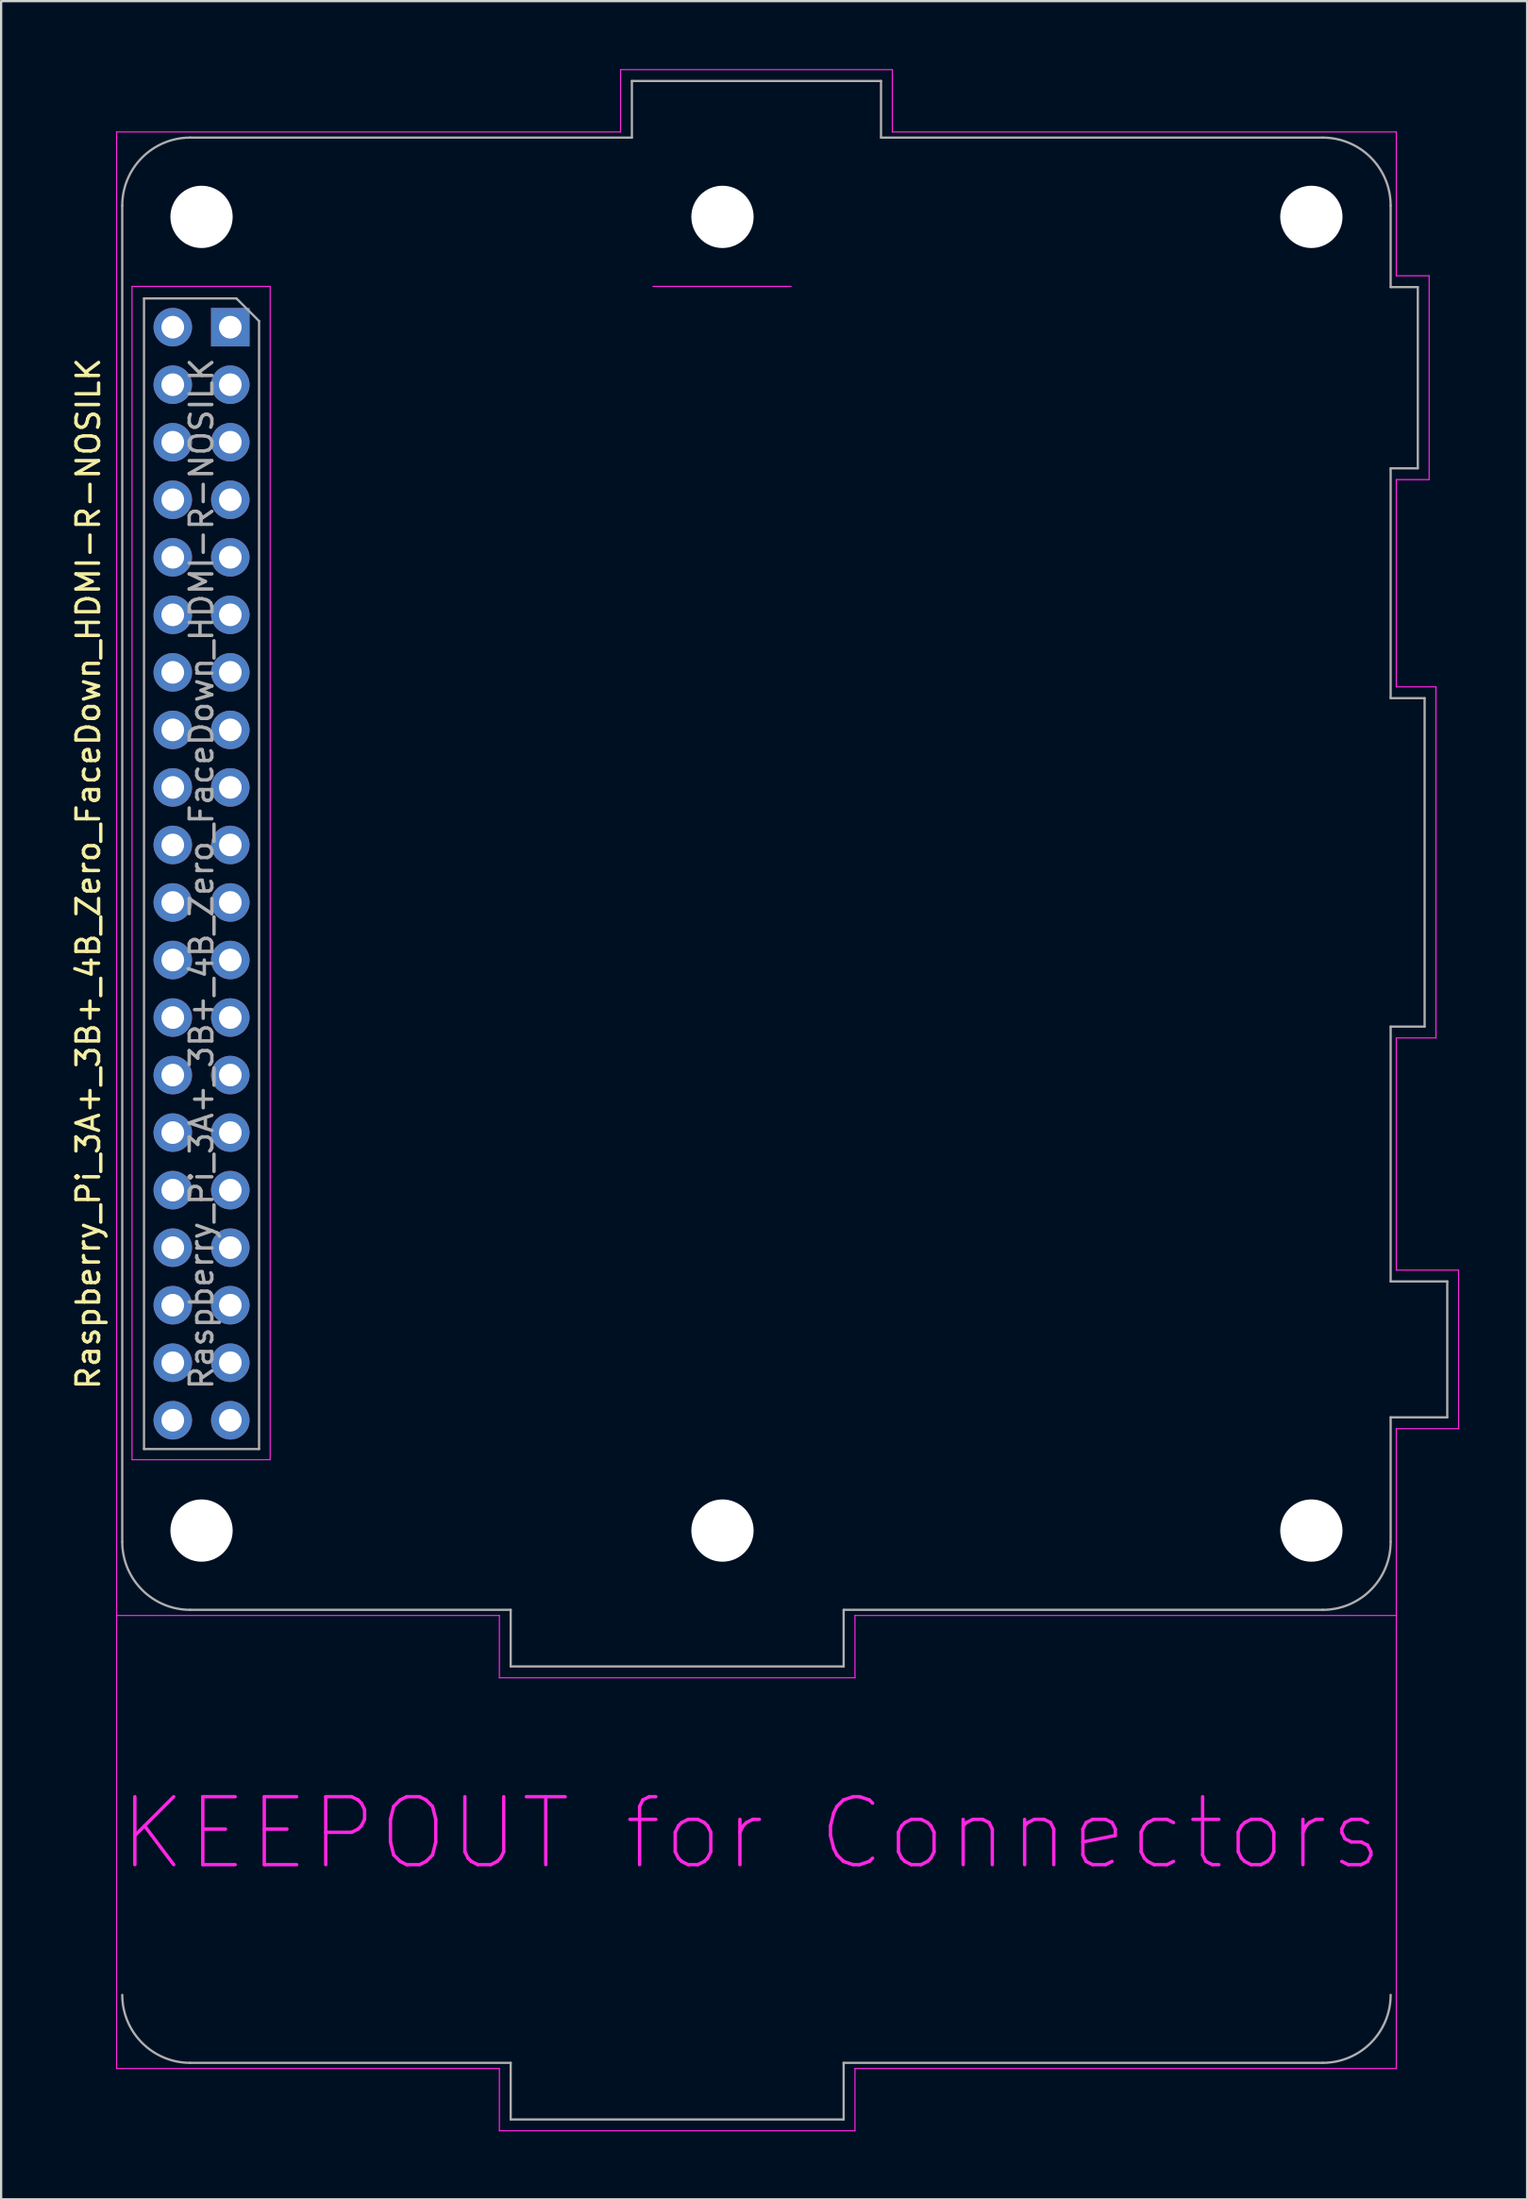
<source format=kicad_pcb>
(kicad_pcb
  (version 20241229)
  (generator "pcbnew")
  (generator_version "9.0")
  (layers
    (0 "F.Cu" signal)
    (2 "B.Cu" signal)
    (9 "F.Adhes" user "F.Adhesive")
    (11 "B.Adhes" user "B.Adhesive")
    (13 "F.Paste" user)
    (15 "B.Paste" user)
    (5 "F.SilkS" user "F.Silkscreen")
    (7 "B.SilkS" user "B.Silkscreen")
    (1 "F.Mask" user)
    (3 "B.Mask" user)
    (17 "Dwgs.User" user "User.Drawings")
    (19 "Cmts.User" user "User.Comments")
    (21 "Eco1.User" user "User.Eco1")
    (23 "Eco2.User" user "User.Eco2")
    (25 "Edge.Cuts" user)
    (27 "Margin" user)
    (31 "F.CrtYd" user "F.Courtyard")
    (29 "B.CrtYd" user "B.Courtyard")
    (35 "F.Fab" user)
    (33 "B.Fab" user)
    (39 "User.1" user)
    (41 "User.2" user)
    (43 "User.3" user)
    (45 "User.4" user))
  (footprint "Raspberry_Pi_3A+_3B+_4B_Zero_FaceDown_HDMI-R-NOSILK"
    (layer "F.Cu")
    (at 7.118 11.395)
    (property "Reference" "Raspberry_Pi_3A+_3B+_4B_Zero_FaceDown_HDMI-R-NOSILK" (at -6.27 24.13 90) (layer "F.SilkS") (effects (font (size 1 1) (thickness 0.15))))
    (attr through_hole)
    (fp_line (start -5.02 -8.62) (end 17.23 -8.62) (stroke (width 0.05) (type solid)) (layer "F.CrtYd"))
    (fp_line (start -5.02 76.88) (end -5.02 -8.62) (stroke (width 0.05) (type solid)) (layer "F.CrtYd"))
    (fp_line (start -4.34 -1.8) (end 1.76 -1.8) (stroke (width 0.05) (type solid)) (layer "F.CrtYd"))
    (fp_line (start -4.34 50) (end -4.34 -1.8) (stroke (width 0.05) (type solid)) (layer "F.CrtYd"))
    (fp_line (start 1.76 -1.8) (end 1.76 50) (stroke (width 0.05) (type solid)) (layer "F.CrtYd"))
    (fp_line (start 1.76 50) (end -4.34 50) (stroke (width 0.05) (type solid)) (layer "F.CrtYd"))
    (fp_line (start 11.88 56.88) (end -5.02 56.88) (stroke (width 0.05) (type solid)) (layer "F.CrtYd"))
    (fp_line (start 11.88 59.63) (end 11.88 56.88) (stroke (width 0.05) (type solid)) (layer "F.CrtYd"))
    (fp_line (start 11.88 76.88) (end -5.02 76.88) (stroke (width 0.05) (type solid)) (layer "F.CrtYd"))
    (fp_line (start 11.88 79.63) (end 11.88 76.88) (stroke (width 0.05) (type solid)) (layer "F.CrtYd"))
    (fp_line (start 17.23 -11.37) (end 29.23 -11.37) (stroke (width 0.05) (type solid)) (layer "F.CrtYd"))
    (fp_line (start 17.23 -8.62) (end 17.23 -11.37) (stroke (width 0.05) (type solid)) (layer "F.CrtYd"))
    (fp_line (start 18.66 -1.8) (end 24.76 -1.8) (stroke (width 0.05) (type solid)) (layer "F.CrtYd"))
    (fp_line (start 27.58 56.88) (end 27.58 59.63) (stroke (width 0.05) (type solid)) (layer "F.CrtYd"))
    (fp_line (start 27.58 59.63) (end 11.88 59.63) (stroke (width 0.05) (type solid)) (layer "F.CrtYd"))
    (fp_line (start 27.58 76.88) (end 27.58 79.63) (stroke (width 0.05) (type solid)) (layer "F.CrtYd"))
    (fp_line (start 27.58 79.63) (end 11.88 79.63) (stroke (width 0.05) (type solid)) (layer "F.CrtYd"))
    (fp_line (start 29.23 -11.37) (end 29.23 -8.62) (stroke (width 0.05) (type solid)) (layer "F.CrtYd"))
    (fp_line (start 29.23 -8.62) (end 51.48 -8.62) (stroke (width 0.05) (type solid)) (layer "F.CrtYd"))
    (fp_line (start 51.48 -8.62) (end 51.48 -2.27) (stroke (width 0.05) (type solid)) (layer "F.CrtYd"))
    (fp_line (start 51.48 -2.27) (end 52.93 -2.27) (stroke (width 0.05) (type solid)) (layer "F.CrtYd"))
    (fp_line (start 51.48 6.73) (end 51.48 15.88) (stroke (width 0.05) (type solid)) (layer "F.CrtYd"))
    (fp_line (start 51.48 15.88) (end 53.23 15.88) (stroke (width 0.05) (type solid)) (layer "F.CrtYd"))
    (fp_line (start 51.48 31.38) (end 51.48 41.63) (stroke (width 0.05) (type solid)) (layer "F.CrtYd"))
    (fp_line (start 51.48 41.63) (end 54.23 41.63) (stroke (width 0.05) (type solid)) (layer "F.CrtYd"))
    (fp_line (start 51.48 48.63) (end 51.48 76.88) (stroke (width 0.05) (type solid)) (layer "F.CrtYd"))
    (fp_line (start 51.48 56.88) (end 27.58 56.88) (stroke (width 0.05) (type solid)) (layer "F.CrtYd"))
    (fp_line (start 51.48 76.88) (end 27.58 76.88) (stroke (width 0.05) (type solid)) (layer "F.CrtYd"))
    (fp_line (start 52.93 -2.27) (end 52.93 6.73) (stroke (width 0.05) (type solid)) (layer "F.CrtYd"))
    (fp_line (start 52.93 6.73) (end 51.48 6.73) (stroke (width 0.05) (type solid)) (layer "F.CrtYd"))
    (fp_line (start 53.23 15.88) (end 53.23 31.38) (stroke (width 0.05) (type solid)) (layer "F.CrtYd"))
    (fp_line (start 53.23 31.38) (end 51.48 31.38) (stroke (width 0.05) (type solid)) (layer "F.CrtYd"))
    (fp_line (start 54.23 41.63) (end 54.23 48.63) (stroke (width 0.05) (type solid)) (layer "F.CrtYd"))
    (fp_line (start 54.23 48.63) (end 51.48 48.63) (stroke (width 0.05) (type solid)) (layer "F.CrtYd"))
    (fp_line (start -4.77 53.63) (end -4.77 -5.37) (stroke (width 0.1) (type solid)) (layer "F.Fab"))
    (fp_line (start -3.81 -1.27) (end 0.27 -1.27) (stroke (width 0.1) (type solid)) (layer "F.Fab"))
    (fp_line (start -3.81 49.53) (end -3.81 -1.27) (stroke (width 0.1) (type solid)) (layer "F.Fab"))
    (fp_line (start -1.77 -8.37) (end 17.73 -8.37) (stroke (width 0.1) (type solid)) (layer "F.Fab"))
    (fp_line (start 0.27 -1.27) (end 1.27 -0.27) (stroke (width 0.1) (type solid)) (layer "F.Fab"))
    (fp_line (start 1.27 -0.27) (end 1.27 49.53) (stroke (width 0.1) (type solid)) (layer "F.Fab"))
    (fp_line (start 1.27 49.53) (end -3.81 49.53) (stroke (width 0.1) (type solid)) (layer "F.Fab"))
    (fp_line (start 12.38 56.63) (end -1.77 56.63) (stroke (width 0.1) (type solid)) (layer "F.Fab"))
    (fp_line (start 12.38 59.13) (end 12.38 56.63) (stroke (width 0.1) (type solid)) (layer "F.Fab"))
    (fp_line (start 12.38 76.63) (end -1.77 76.63) (stroke (width 0.1) (type solid)) (layer "F.Fab"))
    (fp_line (start 12.38 79.13) (end 12.38 76.63) (stroke (width 0.1) (type solid)) (layer "F.Fab"))
    (fp_line (start 17.73 -10.87) (end 17.73 -8.37) (stroke (width 0.1) (type solid)) (layer "F.Fab"))
    (fp_line (start 27.08 56.63) (end 27.08 59.13) (stroke (width 0.1) (type solid)) (layer "F.Fab"))
    (fp_line (start 27.08 59.13) (end 12.38 59.13) (stroke (width 0.1) (type solid)) (layer "F.Fab"))
    (fp_line (start 27.08 76.63) (end 27.08 79.13) (stroke (width 0.1) (type solid)) (layer "F.Fab"))
    (fp_line (start 27.08 79.13) (end 12.38 79.13) (stroke (width 0.1) (type solid)) (layer "F.Fab"))
    (fp_line (start 28.73 -10.87) (end 17.73 -10.87) (stroke (width 0.1) (type solid)) (layer "F.Fab"))
    (fp_line (start 28.73 -8.37) (end 28.73 -10.87) (stroke (width 0.1) (type solid)) (layer "F.Fab"))
    (fp_line (start 48.23 -8.37) (end 28.73 -8.37) (stroke (width 0.1) (type solid)) (layer "F.Fab"))
    (fp_line (start 48.23 56.63) (end 27.08 56.63) (stroke (width 0.1) (type solid)) (layer "F.Fab"))
    (fp_line (start 48.23 76.63) (end 27.08 76.63) (stroke (width 0.1) (type solid)) (layer "F.Fab"))
    (fp_line (start 51.23 -5.37) (end 51.23 -1.77) (stroke (width 0.1) (type solid)) (layer "F.Fab"))
    (fp_line (start 51.23 -1.77) (end 52.43 -1.77) (stroke (width 0.1) (type solid)) (layer "F.Fab"))
    (fp_line (start 51.23 6.23) (end 51.23 16.38) (stroke (width 0.1) (type solid)) (layer "F.Fab"))
    (fp_line (start 51.23 16.38) (end 52.73 16.38) (stroke (width 0.1) (type solid)) (layer "F.Fab"))
    (fp_line (start 51.23 30.88) (end 51.23 42.13) (stroke (width 0.1) (type solid)) (layer "F.Fab"))
    (fp_line (start 51.23 42.13) (end 53.73 42.13) (stroke (width 0.1) (type solid)) (layer "F.Fab"))
    (fp_line (start 51.23 48.13) (end 51.23 53.63) (stroke (width 0.1) (type solid)) (layer "F.Fab"))
    (fp_line (start 52.43 -1.77) (end 52.43 6.23) (stroke (width 0.1) (type solid)) (layer "F.Fab"))
    (fp_line (start 52.43 6.23) (end 51.23 6.23) (stroke (width 0.1) (type solid)) (layer "F.Fab"))
    (fp_line (start 52.73 16.38) (end 52.73 30.88) (stroke (width 0.1) (type solid)) (layer "F.Fab"))
    (fp_line (start 52.73 30.88) (end 51.23 30.88) (stroke (width 0.1) (type solid)) (layer "F.Fab"))
    (fp_line (start 53.73 42.13) (end 53.73 48.13) (stroke (width 0.1) (type solid)) (layer "F.Fab"))
    (fp_line (start 53.73 48.13) (end 51.23 48.13) (stroke (width 0.1) (type solid)) (layer "F.Fab"))
    (fp_arc (start -4.77 -5.37) (mid -3.89132 -7.49132) (end -1.77 -8.37) (stroke (width 0.1) (type solid)) (layer "F.Fab"))
    (fp_arc (start -1.77 56.63) (mid -3.89132 55.75132) (end -4.77 53.63) (stroke (width 0.1) (type solid)) (layer "F.Fab"))
    (fp_arc (start -1.77 76.63) (mid -3.89132 75.75132) (end -4.77 73.63) (stroke (width 0.1) (type solid)) (layer "F.Fab"))
    (fp_arc (start 48.23 -8.37) (mid 50.35132 -7.49132) (end 51.23 -5.37) (stroke (width 0.1) (type solid)) (layer "F.Fab"))
    (fp_arc (start 51.23 53.63) (mid 50.35132 55.75132) (end 48.23 56.63) (stroke (width 0.1) (type solid)) (layer "F.Fab"))
    (fp_arc (start 51.23 73.63) (mid 50.35132 75.75132) (end 48.23 76.63) (stroke (width 0.1) (type solid)) (layer "F.Fab"))
    (fp_text user "KEEPOUT for Connectors" (at 23 66.5 0) (layer "F.CrtYd") (effects (font (size 3 3) (thickness 0.15))))
    (fp_text user "${REFERENCE}" (at -1.27 24.13 90) (layer "F.Fab") (effects (font (size 1 1) (thickness 0.15))))
    (pad "" np_thru_hole circle (at -1.27 -4.87 90) (size 2.75 2.75) (drill 2.75) (layers "*.Cu" "*.Mask"))
    (pad "" np_thru_hole circle (at -1.27 53.13 90) (size 2.75 2.75) (drill 2.75) (layers "*.Cu" "*.Mask"))
    (pad "" np_thru_hole circle (at 21.73 -4.87 90) (size 2.75 2.75) (drill 2.75) (layers "*.Cu" "*.Mask"))
    (pad "" np_thru_hole circle (at 21.73 53.13 90) (size 2.75 2.75) (drill 2.75) (layers "*.Cu" "*.Mask"))
    (pad "" np_thru_hole circle (at 47.73 -4.87 90) (size 2.75 2.75) (drill 2.75) (layers "*.Cu" "*.Mask"))
    (pad "" np_thru_hole circle (at 47.73 53.13 90) (size 2.75 2.75) (drill 2.75) (layers "*.Cu" "*.Mask"))
    (pad "1" thru_hole rect (at 0 0) (size 1.7 1.7) (drill 1) (layers "*.Cu" "*.Mask"))
    (pad "2" thru_hole oval (at -2.54 0) (size 1.7 1.7) (drill 1) (layers "*.Cu" "*.Mask"))
    (pad "3" thru_hole oval (at 0 2.54) (size 1.7 1.7) (drill 1) (layers "*.Cu" "*.Mask"))
    (pad "4" thru_hole oval (at -2.54 2.54) (size 1.7 1.7) (drill 1) (layers "*.Cu" "*.Mask"))
    (pad "5" thru_hole oval (at 0 5.08) (size 1.7 1.7) (drill 1) (layers "*.Cu" "*.Mask"))
    (pad "6" thru_hole oval (at -2.54 5.08) (size 1.7 1.7) (drill 1) (layers "*.Cu" "*.Mask"))
    (pad "7" thru_hole oval (at 0 7.62) (size 1.7 1.7) (drill 1) (layers "*.Cu" "*.Mask"))
    (pad "8" thru_hole oval (at -2.54 7.62) (size 1.7 1.7) (drill 1) (layers "*.Cu" "*.Mask"))
    (pad "9" thru_hole oval (at 0 10.16) (size 1.7 1.7) (drill 1) (layers "*.Cu" "*.Mask"))
    (pad "10" thru_hole oval (at -2.54 10.16) (size 1.7 1.7) (drill 1) (layers "*.Cu" "*.Mask"))
    (pad "11" thru_hole oval (at 0 12.7) (size 1.7 1.7) (drill 1) (layers "*.Cu" "*.Mask"))
    (pad "12" thru_hole oval (at -2.54 12.7) (size 1.7 1.7) (drill 1) (layers "*.Cu" "*.Mask"))
    (pad "13" thru_hole oval (at 0 15.24) (size 1.7 1.7) (drill 1) (layers "*.Cu" "*.Mask"))
    (pad "14" thru_hole oval (at -2.54 15.24) (size 1.7 1.7) (drill 1) (layers "*.Cu" "*.Mask"))
    (pad "15" thru_hole oval (at 0 17.78) (size 1.7 1.7) (drill 1) (layers "*.Cu" "*.Mask"))
    (pad "16" thru_hole oval (at -2.54 17.78) (size 1.7 1.7) (drill 1) (layers "*.Cu" "*.Mask"))
    (pad "17" thru_hole oval (at 0 20.32) (size 1.7 1.7) (drill 1) (layers "*.Cu" "*.Mask"))
    (pad "18" thru_hole oval (at -2.54 20.32) (size 1.7 1.7) (drill 1) (layers "*.Cu" "*.Mask"))
    (pad "19" thru_hole oval (at 0 22.86) (size 1.7 1.7) (drill 1) (layers "*.Cu" "*.Mask"))
    (pad "20" thru_hole oval (at -2.54 22.86) (size 1.7 1.7) (drill 1) (layers "*.Cu" "*.Mask"))
    (pad "21" thru_hole oval (at 0 25.4) (size 1.7 1.7) (drill 1) (layers "*.Cu" "*.Mask"))
    (pad "22" thru_hole oval (at -2.54 25.4) (size 1.7 1.7) (drill 1) (layers "*.Cu" "*.Mask"))
    (pad "23" thru_hole oval (at 0 27.94) (size 1.7 1.7) (drill 1) (layers "*.Cu" "*.Mask"))
    (pad "24" thru_hole oval (at -2.54 27.94) (size 1.7 1.7) (drill 1) (layers "*.Cu" "*.Mask"))
    (pad "25" thru_hole oval (at 0 30.48) (size 1.7 1.7) (drill 1) (layers "*.Cu" "*.Mask"))
    (pad "26" thru_hole oval (at -2.54 30.48) (size 1.7 1.7) (drill 1) (layers "*.Cu" "*.Mask"))
    (pad "27" thru_hole oval (at 0 33.02) (size 1.7 1.7) (drill 1) (layers "*.Cu" "*.Mask"))
    (pad "28" thru_hole oval (at -2.54 33.02) (size 1.7 1.7) (drill 1) (layers "*.Cu" "*.Mask"))
    (pad "29" thru_hole oval (at 0 35.56) (size 1.7 1.7) (drill 1) (layers "*.Cu" "*.Mask"))
    (pad "30" thru_hole oval (at -2.54 35.56) (size 1.7 1.7) (drill 1) (layers "*.Cu" "*.Mask"))
    (pad "31" thru_hole oval (at 0 38.1) (size 1.7 1.7) (drill 1) (layers "*.Cu" "*.Mask"))
    (pad "32" thru_hole oval (at -2.54 38.1) (size 1.7 1.7) (drill 1) (layers "*.Cu" "*.Mask"))
    (pad "33" thru_hole oval (at 0 40.64) (size 1.7 1.7) (drill 1) (layers "*.Cu" "*.Mask"))
    (pad "34" thru_hole oval (at -2.54 40.64) (size 1.7 1.7) (drill 1) (layers "*.Cu" "*.Mask"))
    (pad "35" thru_hole oval (at 0 43.18) (size 1.7 1.7) (drill 1) (layers "*.Cu" "*.Mask"))
    (pad "36" thru_hole oval (at -2.54 43.18) (size 1.7 1.7) (drill 1) (layers "*.Cu" "*.Mask"))
    (pad "37" thru_hole oval (at 0 45.72) (size 1.7 1.7) (drill 1) (layers "*.Cu" "*.Mask"))
    (pad "38" thru_hole oval (at -2.54 45.72) (size 1.7 1.7) (drill 1) (layers "*.Cu" "*.Mask"))
    (pad "39" thru_hole oval (at 0 48.26) (size 1.7 1.7) (drill 1) (layers "*.Cu" "*.Mask"))
    (pad "40" thru_hole oval (at -2.54 48.26) (size 1.7 1.7) (drill 1) (layers "*.Cu" "*.Mask")))
  (gr_rect
    (start -3 -3)
    (end 64.373 94.05)
    (stroke (width 0.1) (type default))
    (fill no)
    (layer "Edge.Cuts")))
</source>
